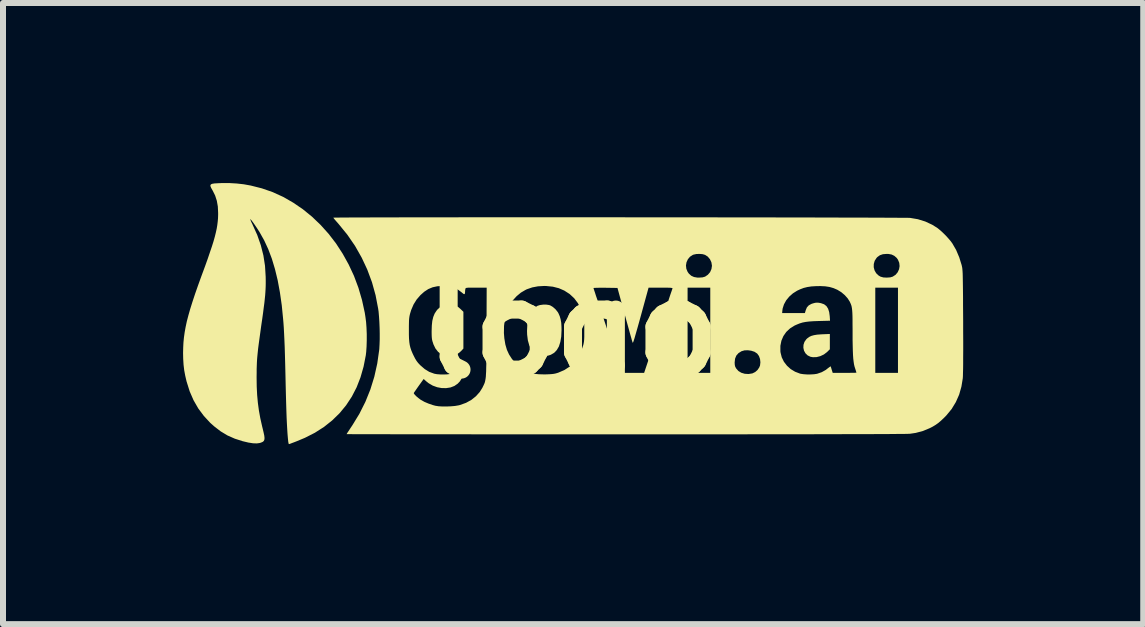
<source format=kicad_pcb>
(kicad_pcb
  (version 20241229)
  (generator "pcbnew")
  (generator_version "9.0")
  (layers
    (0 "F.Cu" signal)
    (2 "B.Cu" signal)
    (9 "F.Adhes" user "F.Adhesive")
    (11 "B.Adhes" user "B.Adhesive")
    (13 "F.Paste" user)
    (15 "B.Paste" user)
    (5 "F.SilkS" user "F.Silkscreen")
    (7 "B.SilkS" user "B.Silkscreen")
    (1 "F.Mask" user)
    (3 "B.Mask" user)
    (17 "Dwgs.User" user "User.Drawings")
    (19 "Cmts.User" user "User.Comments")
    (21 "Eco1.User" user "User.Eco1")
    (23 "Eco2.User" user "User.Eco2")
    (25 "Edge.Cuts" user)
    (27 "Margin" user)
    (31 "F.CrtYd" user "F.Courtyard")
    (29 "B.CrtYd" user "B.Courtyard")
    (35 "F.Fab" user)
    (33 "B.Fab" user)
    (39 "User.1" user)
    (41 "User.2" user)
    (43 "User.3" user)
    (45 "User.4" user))
  (footprint "logo"
    (layer "F.Cu")
    (at 6.496 2.429)
    (property "Reference" "logo" (at 0 0 0) (layer "F.SilkS") (effects (font (size 1.5 1.5) (thickness 0.3))))
    (attr board_only exclude_from_pos_files exclude_from_bom)
    (fp_poly (pts (xy 4.279 0.213) (xy 4.279 0.34) (xy 4.23 0.388) (xy 4.18 0.426) (xy 4.121 0.454) (xy 4.059 0.47) (xy 3.998 0.472) (xy 3.957 0.465) (xy 3.909 0.442) (xy 3.873 0.407) (xy 3.849 0.364) (xy 3.838 0.316) (xy 3.84 0.266) (xy 3.856 0.217) (xy 3.887 0.173) (xy 3.904 0.157) (xy 3.935 0.134) (xy 3.971 0.117) (xy 4.014 0.105) (xy 4.068 0.096) (xy 4.136 0.091) (xy 4.157 0.09) (xy 4.279 0.085)) (stroke (width 0) (type solid)) (fill yes) (layer "F.SilkS"))
    (fp_poly (pts (xy -2.011 -0.402) (xy -1.958 -0.388) (xy -1.911 -0.363) (xy -1.875 -0.332) (xy -1.826 -0.285) (xy -1.826 0.021) (xy -1.826 0.328) (xy -1.863 0.368) (xy -1.893 0.395) (xy -1.928 0.419) (xy -1.946 0.428) (xy -1.995 0.443) (xy -2.051 0.452) (xy -2.104 0.452) (xy -2.133 0.447) (xy -2.195 0.422) (xy -2.248 0.382) (xy -2.292 0.326) (xy -2.326 0.255) (xy -2.33 0.241) (xy -2.341 0.208) (xy -2.348 0.179) (xy -2.352 0.149) (xy -2.354 0.114) (xy -2.355 0.067) (xy -2.355 0.037) (xy -2.352 -0.056) (xy -2.344 -0.133) (xy -2.328 -0.199) (xy -2.305 -0.255) (xy -2.273 -0.304) (xy -2.254 -0.327) (xy -2.205 -0.369) (xy -2.148 -0.395) (xy -2.082 -0.405) (xy -2.076 -0.405)) (stroke (width 0) (type solid)) (fill yes) (layer "F.SilkS"))
    (fp_poly (pts (xy -0.444 -0.404) (xy -0.397 -0.397) (xy -0.377 -0.39) (xy -0.333 -0.363) (xy -0.29 -0.325) (xy -0.255 -0.281) (xy -0.243 -0.261) (xy -0.221 -0.211) (xy -0.206 -0.159) (xy -0.196 -0.102) (xy -0.192 -0.034) (xy -0.191 0.023) (xy -0.196 0.128) (xy -0.211 0.218) (xy -0.235 0.293) (xy -0.27 0.353) (xy -0.314 0.399) (xy -0.369 0.431) (xy -0.408 0.444) (xy -0.464 0.454) (xy -0.513 0.453) (xy -0.54 0.448) (xy -0.586 0.433) (xy -0.623 0.413) (xy -0.65 0.391) (xy -0.695 0.34) (xy -0.729 0.273) (xy -0.752 0.192) (xy -0.764 0.097) (xy -0.766 0.036) (xy -0.761 -0.071) (xy -0.747 -0.162) (xy -0.723 -0.239) (xy -0.689 -0.301) (xy -0.646 -0.349) (xy -0.592 -0.384) (xy -0.55 -0.397) (xy -0.498 -0.404)) (stroke (width 0) (type solid)) (fill yes) (layer "F.SilkS"))
    (fp_poly (pts (xy -5.603 -2.422) (xy -5.486 -2.409) (xy -5.369 -2.388) (xy -5.183 -2.341) (xy -5.002 -2.278) (xy -4.827 -2.198) (xy -4.66 -2.102) (xy -4.499 -1.992) (xy -4.348 -1.869) (xy -4.205 -1.732) (xy -4.071 -1.583) (xy -3.948 -1.423) (xy -3.837 -1.252) (xy -3.737 -1.072) (xy -3.649 -0.883) (xy -3.575 -0.685) (xy -3.515 -0.48) (xy -3.469 -0.269) (xy -3.458 -0.198) (xy -3.447 -0.113) (xy -3.44 -0.016) (xy -3.436 0.088) (xy -3.436 0.192) (xy -3.439 0.292) (xy -3.445 0.382) (xy -3.452 0.441) (xy -3.489 0.629) (xy -3.54 0.807) (xy -3.605 0.974) (xy -3.685 1.129) (xy -3.78 1.273) (xy -3.889 1.405) (xy -4.012 1.525) (xy -4.149 1.634) (xy -4.301 1.731) (xy -4.466 1.815) (xy -4.598 1.87) (xy -4.641 1.887) (xy -4.679 1.901) (xy -4.707 1.912) (xy -4.723 1.918) (xy -4.724 1.918) (xy -4.733 1.919) (xy -4.739 1.908) (xy -4.743 1.883) (xy -4.744 1.88) (xy -4.75 1.819) (xy -4.756 1.749) (xy -4.761 1.67) (xy -4.766 1.581) (xy -4.771 1.479) (xy -4.775 1.364) (xy -4.779 1.234) (xy -4.783 1.088) (xy -4.787 0.925) (xy -4.787 0.922) (xy -4.791 0.743) (xy -4.795 0.58) (xy -4.799 0.434) (xy -4.803 0.302) (xy -4.808 0.184) (xy -4.813 0.077) (xy -4.818 -0.018) (xy -4.824 -0.103) (xy -4.829 -0.161) (xy -4.852 -0.394) (xy -4.883 -0.61) (xy -4.92 -0.81) (xy -4.965 -0.996) (xy -5.017 -1.169) (xy -5.077 -1.328) (xy -5.145 -1.475) (xy -5.222 -1.612) (xy -5.265 -1.679) (xy -5.306 -1.739) (xy -5.338 -1.784) (xy -5.36 -1.813) (xy -5.373 -1.827) (xy -5.377 -1.826) (xy -5.372 -1.811) (xy -5.359 -1.78) (xy -5.337 -1.735) (xy -5.337 -1.734) (xy -5.26 -1.563) (xy -5.201 -1.394) (xy -5.158 -1.224) (xy -5.131 -1.05) (xy -5.12 -0.869) (xy -5.119 -0.808) (xy -5.119 -0.755) (xy -5.12 -0.705) (xy -5.122 -0.657) (xy -5.125 -0.607) (xy -5.129 -0.554) (xy -5.135 -0.496) (xy -5.142 -0.431) (xy -5.152 -0.356) (xy -5.163 -0.269) (xy -5.177 -0.168) (xy -5.193 -0.06) (xy -5.209 0.057) (xy -5.223 0.158) (xy -5.235 0.246) (xy -5.245 0.322) (xy -5.252 0.389) (xy -5.258 0.449) (xy -5.263 0.505) (xy -5.266 0.558) (xy -5.268 0.612) (xy -5.27 0.668) (xy -5.27 0.728) (xy -5.271 0.796) (xy -5.271 0.812) (xy -5.269 0.963) (xy -5.262 1.102) (xy -5.25 1.232) (xy -5.233 1.358) (xy -5.21 1.486) (xy -5.18 1.62) (xy -5.17 1.66) (xy -5.154 1.728) (xy -5.143 1.78) (xy -5.139 1.819) (xy -5.142 1.847) (xy -5.152 1.868) (xy -5.17 1.883) (xy -5.196 1.894) (xy -5.217 1.901) (xy -5.267 1.908) (xy -5.33 1.906) (xy -5.408 1.894) (xy -5.5 1.872) (xy -5.501 1.872) (xy -5.635 1.829) (xy -5.757 1.775) (xy -5.87 1.707) (xy -5.979 1.623) (xy -6.045 1.564) (xy -6.151 1.449) (xy -6.244 1.324) (xy -6.322 1.188) (xy -6.386 1.041) (xy -6.436 0.881) (xy -6.437 0.879) (xy -6.46 0.781) (xy -6.477 0.69) (xy -6.488 0.597) (xy -6.494 0.499) (xy -6.496 0.401) (xy -6.494 0.315) (xy -6.49 0.23) (xy -6.482 0.146) (xy -6.47 0.06) (xy -6.454 -0.029) (xy -6.434 -0.123) (xy -6.408 -0.223) (xy -6.377 -0.332) (xy -6.34 -0.45) (xy -6.297 -0.58) (xy -6.247 -0.723) (xy -6.19 -0.881) (xy -6.181 -0.905) (xy -6.13 -1.043) (xy -6.086 -1.166) (xy -6.049 -1.275) (xy -6.016 -1.372) (xy -5.989 -1.458) (xy -5.967 -1.536) (xy -5.95 -1.605) (xy -5.936 -1.669) (xy -5.926 -1.729) (xy -5.919 -1.786) (xy -5.914 -1.841) (xy -5.912 -1.898) (xy -5.912 -1.932) (xy -5.917 -2.039) (xy -5.934 -2.135) (xy -5.962 -2.222) (xy -6.004 -2.306) (xy -6.009 -2.314) (xy -6.028 -2.348) (xy -6.039 -2.374) (xy -6.041 -2.394) (xy -6.031 -2.408) (xy -6.01 -2.417) (xy -5.974 -2.423) (xy -5.922 -2.426) (xy -5.854 -2.429) (xy -5.852 -2.429) (xy -5.722 -2.429)) (stroke (width 0) (type solid)) (fill yes) (layer "F.SilkS"))
    (fp_poly (pts (xy -0.201 -1.859) (xy 0.052 -1.859) (xy 0.308 -1.859) (xy 0.565 -1.859) (xy 0.823 -1.859) (xy 1.081 -1.858) (xy 1.338 -1.858) (xy 1.594 -1.858) (xy 1.847 -1.858) (xy 2.098 -1.858) (xy 2.346 -1.858) (xy 2.59 -1.857) (xy 2.829 -1.857) (xy 3.062 -1.857) (xy 3.29 -1.857) (xy 3.511 -1.856) (xy 3.725 -1.856) (xy 3.931 -1.856) (xy 4.128 -1.855) (xy 4.316 -1.855) (xy 4.494 -1.854) (xy 4.662 -1.854) (xy 4.818 -1.854) (xy 4.962 -1.853) (xy 5.094 -1.853) (xy 5.213 -1.852) (xy 5.317 -1.852) (xy 5.407 -1.851) (xy 5.482 -1.851) (xy 5.541 -1.85) (xy 5.584 -1.85) (xy 5.609 -1.849) (xy 5.616 -1.849) (xy 5.745 -1.827) (xy 5.868 -1.789) (xy 5.984 -1.735) (xy 6.072 -1.68) (xy 6.111 -1.648) (xy 6.157 -1.607) (xy 6.205 -1.56) (xy 6.25 -1.511) (xy 6.29 -1.464) (xy 6.319 -1.425) (xy 6.319 -1.425) (xy 6.383 -1.314) (xy 6.435 -1.191) (xy 6.475 -1.062) (xy 6.481 -1.034) (xy 6.484 -1.02) (xy 6.486 -1.004) (xy 6.488 -0.982) (xy 6.49 -0.956) (xy 6.492 -0.922) (xy 6.493 -0.88) (xy 6.494 -0.829) (xy 6.495 -0.768) (xy 6.496 -0.696) (xy 6.497 -0.61) (xy 6.498 -0.511) (xy 6.498 -0.397) (xy 6.499 -0.267) (xy 6.5 -0.125) (xy 6.5 0.05) (xy 6.501 0.207) (xy 6.501 0.348) (xy 6.5 0.471) (xy 6.5 0.576) (xy 6.499 0.663) (xy 6.497 0.733) (xy 6.496 0.785) (xy 6.494 0.818) (xy 6.494 0.821) (xy 6.471 0.962) (xy 6.433 1.096) (xy 6.378 1.22) (xy 6.308 1.335) (xy 6.221 1.441) (xy 6.181 1.482) (xy 6.129 1.531) (xy 6.084 1.569) (xy 6.04 1.6) (xy 5.992 1.629) (xy 5.941 1.655) (xy 5.83 1.701) (xy 5.71 1.733) (xy 5.616 1.747) (xy 5.599 1.748) (xy 5.566 1.749) (xy 5.516 1.75) (xy 5.449 1.75) (xy 5.365 1.751) (xy 5.264 1.752) (xy 5.146 1.752) (xy 5.011 1.753) (xy 4.858 1.753) (xy 4.688 1.754) (xy 4.501 1.754) (xy 4.296 1.755) (xy 4.074 1.755) (xy 3.834 1.756) (xy 3.576 1.756) (xy 3.3 1.756) (xy 3.007 1.756) (xy 2.695 1.757) (xy 2.366 1.757) (xy 2.018 1.757) (xy 1.652 1.757) (xy 1.268 1.757) (xy 0.875 1.757) (xy 0.583 1.757) (xy 0.296 1.757) (xy 0.014 1.757) (xy -0.262 1.757) (xy -0.532 1.757) (xy -0.795 1.757) (xy -1.051 1.757) (xy -1.299 1.757) (xy -1.538 1.757) (xy -1.768 1.756) (xy -1.989 1.756) (xy -2.199 1.756) (xy -2.399 1.756) (xy -2.588 1.756) (xy -2.764 1.756) (xy -2.929 1.756) (xy -3.08 1.755) (xy -3.218 1.755) (xy -3.342 1.755) (xy -3.452 1.755) (xy -3.546 1.755) (xy -3.625 1.755) (xy -3.687 1.754) (xy -3.733 1.754) (xy -3.762 1.754) (xy -3.772 1.754) (xy -3.772 1.754) (xy -3.767 1.745) (xy -3.754 1.724) (xy -3.733 1.693) (xy -3.707 1.653) (xy -3.677 1.608) (xy -3.675 1.605) (xy -3.559 1.415) (xy -3.459 1.216) (xy -3.376 1.01) (xy -3.31 0.797) (xy -3.261 0.577) (xy -3.229 0.353) (xy -3.227 0.334) (xy -3.223 0.26) (xy -3.22 0.174) (xy -3.22 0.079) (xy -3.221 0.014) (xy -2.734 0.014) (xy -2.734 0.096) (xy -2.732 0.163) (xy -2.727 0.22) (xy -2.72 0.268) (xy -2.709 0.313) (xy -2.694 0.358) (xy -2.674 0.406) (xy -2.655 0.446) (xy -2.63 0.495) (xy -2.606 0.534) (xy -2.58 0.568) (xy -2.547 0.603) (xy -2.543 0.607) (xy -2.47 0.67) (xy -2.395 0.716) (xy -2.313 0.746) (xy -2.31 0.747) (xy -2.266 0.755) (xy -2.212 0.759) (xy -2.153 0.76) (xy -2.098 0.758) (xy -2.053 0.752) (xy -2.049 0.751) (xy -1.989 0.731) (xy -1.928 0.7) (xy -1.874 0.663) (xy -1.865 0.655) (xy -1.823 0.618) (xy -1.828 0.697) (xy -1.837 0.768) (xy -1.855 0.826) (xy -1.884 0.874) (xy -1.921 0.913) (xy -1.976 0.951) (xy -2.041 0.976) (xy -2.113 0.987) (xy -2.188 0.986) (xy -2.263 0.972) (xy -2.337 0.945) (xy -2.404 0.906) (xy -2.442 0.876) (xy -2.488 0.835) (xy -2.568 0.946) (xy -2.596 0.986) (xy -2.621 1.022) (xy -2.64 1.049) (xy -2.651 1.066) (xy -2.653 1.069) (xy -2.648 1.082) (xy -2.632 1.101) (xy -2.607 1.126) (xy -2.576 1.152) (xy -2.543 1.177) (xy -2.53 1.185) (xy -2.475 1.216) (xy -2.409 1.244) (xy -2.34 1.268) (xy -2.292 1.281) (xy -2.24 1.289) (xy -2.176 1.293) (xy -2.105 1.293) (xy -2.033 1.29) (xy -1.965 1.284) (xy -1.906 1.274) (xy -1.882 1.268) (xy -1.782 1.232) (xy -1.693 1.183) (xy -1.617 1.122) (xy -1.554 1.052) (xy -1.51 0.982) (xy -1.499 0.959) (xy -1.489 0.939) (xy -1.48 0.919) (xy -1.472 0.9) (xy -1.466 0.88) (xy -1.461 0.856) (xy -1.456 0.828) (xy -1.452 0.795) (xy -1.45 0.756) (xy -1.447 0.708) (xy -1.446 0.651) (xy -1.444 0.583) (xy -1.443 0.503) (xy -1.443 0.409) (xy -1.442 0.301) (xy -1.442 0.177) (xy -1.441 0.07) (xy -1.151 0.07) (xy -1.144 0.157) (xy -1.127 0.26) (xy -1.101 0.349) (xy -1.065 0.427) (xy -1.018 0.5) (xy -0.958 0.569) (xy -0.95 0.577) (xy -0.909 0.617) (xy -0.875 0.646) (xy -0.84 0.67) (xy -0.801 0.691) (xy -0.793 0.695) (xy -0.737 0.72) (xy -0.683 0.738) (xy -0.629 0.75) (xy -0.569 0.756) (xy -0.497 0.758) (xy -0.452 0.758) (xy -0.396 0.756) (xy -0.353 0.753) (xy -0.32 0.749) (xy -0.29 0.743) (xy -0.259 0.734) (xy -0.244 0.729) (xy -0.144 0.686) (xy -0.056 0.629) (xy 0.02 0.557) (xy 0.084 0.473) (xy 0.135 0.376) (xy 0.172 0.267) (xy 0.178 0.24) (xy 0.183 0.211) (xy 0.186 0.177) (xy 0.188 0.133) (xy 0.188 0.077) (xy 0.188 0.023) (xy 0.188 -0.042) (xy 0.187 -0.093) (xy 0.185 -0.132) (xy 0.182 -0.164) (xy 0.177 -0.192) (xy 0.17 -0.22) (xy 0.168 -0.23) (xy 0.131 -0.335) (xy 0.081 -0.429) (xy 0.02 -0.51) (xy -0.052 -0.577) (xy -0.058 -0.582) (xy -0.145 -0.638) (xy -0.237 -0.678) (xy -0.246 -0.68) (xy 0.341 -0.68) (xy 0.344 -0.671) (xy 0.352 -0.645) (xy 0.366 -0.604) (xy 0.383 -0.55) (xy 0.406 -0.484) (xy 0.431 -0.407) (xy 0.46 -0.32) (xy 0.492 -0.225) (xy 0.526 -0.123) (xy 0.562 -0.015) (xy 0.578 0.03) (xy 0.814 0.733) (xy 1 0.733) (xy 1.185 0.733) (xy 1.419 0.034) (xy 1.423 0.023) (xy 1.909 0.023) (xy 1.909 0.733) (xy 2.098 0.733) (xy 2.287 0.733) (xy 2.287 0.56) (xy 2.693 0.56) (xy 2.695 0.598) (xy 2.701 0.626) (xy 2.715 0.654) (xy 2.72 0.661) (xy 2.756 0.702) (xy 2.804 0.731) (xy 2.861 0.748) (xy 2.924 0.752) (xy 2.988 0.742) (xy 2.992 0.74) (xy 3.035 0.719) (xy 3.074 0.685) (xy 3.103 0.642) (xy 3.116 0.609) (xy 3.122 0.556) (xy 3.116 0.502) (xy 3.098 0.452) (xy 3.07 0.413) (xy 3.065 0.409) (xy 3.023 0.381) (xy 2.994 0.372) (xy 3.455 0.372) (xy 3.458 0.396) (xy 3.478 0.475) (xy 3.514 0.548) (xy 3.565 0.614) (xy 3.627 0.67) (xy 3.7 0.714) (xy 3.781 0.745) (xy 3.793 0.748) (xy 3.839 0.755) (xy 3.896 0.759) (xy 3.957 0.759) (xy 4.015 0.756) (xy 4.062 0.749) (xy 4.07 0.747) (xy 4.145 0.721) (xy 4.211 0.684) (xy 4.245 0.657) (xy 4.269 0.639) (xy 4.286 0.627) (xy 4.292 0.624) (xy 4.296 0.634) (xy 4.303 0.656) (xy 4.31 0.68) (xy 4.327 0.733) (xy 4.524 0.733) (xy 4.582 0.733) (xy 4.634 0.732) (xy 4.676 0.732) (xy 4.706 0.731) (xy 4.721 0.729) (xy 4.722 0.729) (xy 4.719 0.719) (xy 4.712 0.695) (xy 4.702 0.664) (xy 4.699 0.655) (xy 4.689 0.623) (xy 4.681 0.587) (xy 4.675 0.545) (xy 4.669 0.495) (xy 4.665 0.437) (xy 4.662 0.367) (xy 4.66 0.285) (xy 4.658 0.188) (xy 4.658 0.076) (xy 4.658 0.023) (xy 5.036 0.023) (xy 5.036 0.733) (xy 5.225 0.733) (xy 5.414 0.733) (xy 5.414 0.023) (xy 5.414 -0.687) (xy 5.225 -0.687) (xy 5.036 -0.687) (xy 5.036 0.023) (xy 4.658 0.023) (xy 4.657 -0.072) (xy 4.657 -0.15) (xy 4.656 -0.215) (xy 4.654 -0.267) (xy 4.651 -0.309) (xy 4.647 -0.343) (xy 4.642 -0.372) (xy 4.635 -0.397) (xy 4.626 -0.42) (xy 4.615 -0.444) (xy 4.611 -0.453) (xy 4.576 -0.508) (xy 4.528 -0.562) (xy 4.47 -0.611) (xy 4.408 -0.649) (xy 4.405 -0.651) (xy 4.34 -0.679) (xy 4.274 -0.698) (xy 4.203 -0.709) (xy 4.122 -0.713) (xy 4.049 -0.712) (xy 3.97 -0.707) (xy 3.904 -0.697) (xy 3.843 -0.682) (xy 3.783 -0.659) (xy 3.734 -0.636) (xy 3.664 -0.592) (xy 3.603 -0.538) (xy 3.552 -0.476) (xy 3.515 -0.409) (xy 3.493 -0.341) (xy 3.489 -0.315) (xy 3.484 -0.263) (xy 3.673 -0.263) (xy 3.863 -0.263) (xy 3.878 -0.313) (xy 3.897 -0.358) (xy 3.928 -0.392) (xy 3.972 -0.416) (xy 3.996 -0.424) (xy 4.033 -0.434) (xy 4.063 -0.437) (xy 4.095 -0.435) (xy 4.132 -0.428) (xy 4.183 -0.41) (xy 4.222 -0.38) (xy 4.25 -0.336) (xy 4.268 -0.279) (xy 4.277 -0.211) (xy 4.282 -0.136) (xy 4.094 -0.131) (xy 4.008 -0.128) (xy 3.937 -0.123) (xy 3.877 -0.116) (xy 3.825 -0.106) (xy 3.776 -0.091) (xy 3.729 -0.072) (xy 3.691 -0.055) (xy 3.616 -0.008) (xy 3.553 0.051) (xy 3.505 0.12) (xy 3.472 0.197) (xy 3.455 0.282) (xy 3.455 0.372) (xy 2.994 0.372) (xy 2.97 0.364) (xy 2.913 0.356) (xy 2.857 0.358) (xy 2.808 0.372) (xy 2.757 0.404) (xy 2.721 0.445) (xy 2.7 0.496) (xy 2.693 0.559) (xy 2.693 0.56) (xy 2.287 0.56) (xy 2.287 0.023) (xy 2.287 -0.687) (xy 2.098 -0.687) (xy 1.909 -0.687) (xy 1.909 0.023) (xy 1.423 0.023) (xy 1.456 -0.075) (xy 1.491 -0.179) (xy 1.524 -0.277) (xy 1.554 -0.367) (xy 1.582 -0.448) (xy 1.605 -0.519) (xy 1.625 -0.579) (xy 1.641 -0.625) (xy 1.652 -0.657) (xy 1.657 -0.674) (xy 1.658 -0.676) (xy 1.655 -0.68) (xy 1.644 -0.682) (xy 1.621 -0.685) (xy 1.585 -0.686) (xy 1.535 -0.687) (xy 1.468 -0.687) (xy 1.46 -0.687) (xy 1.259 -0.687) (xy 1.13 -0.217) (xy 1.101 -0.112) (xy 1.076 -0.023) (xy 1.055 0.05) (xy 1.038 0.109) (xy 1.025 0.155) (xy 1.014 0.189) (xy 1.006 0.213) (xy 1 0.226) (xy 0.995 0.231) (xy 0.993 0.229) (xy 0.993 0.229) (xy 0.989 0.215) (xy 0.98 0.186) (xy 0.968 0.142) (xy 0.952 0.086) (xy 0.934 0.02) (xy 0.913 -0.056) (xy 0.89 -0.138) (xy 0.866 -0.225) (xy 0.862 -0.239) (xy 0.741 -0.682) (xy 0.541 -0.685) (xy 0.482 -0.685) (xy 0.431 -0.685) (xy 0.388 -0.684) (xy 0.358 -0.683) (xy 0.343 -0.681) (xy 0.341 -0.68) (xy -0.246 -0.68) (xy -0.336 -0.703) (xy -0.445 -0.714) (xy -0.48 -0.715) (xy -0.584 -0.709) (xy -0.679 -0.691) (xy -0.769 -0.66) (xy -0.793 -0.648) (xy -0.868 -0.604) (xy -0.939 -0.545) (xy -1.003 -0.475) (xy -1.054 -0.399) (xy -1.068 -0.374) (xy -1.107 -0.275) (xy -1.134 -0.166) (xy -1.149 -0.05) (xy -1.151 0.07) (xy -1.441 0.07) (xy -1.441 0.058) (xy -1.438 -0.687) (xy -1.612 -0.687) (xy -1.673 -0.687) (xy -1.718 -0.687) (xy -1.749 -0.686) (xy -1.77 -0.684) (xy -1.782 -0.681) (xy -1.789 -0.676) (xy -1.792 -0.67) (xy -1.793 -0.666) (xy -1.797 -0.64) (xy -1.798 -0.621) (xy -1.8 -0.592) (xy -1.807 -0.579) (xy -1.82 -0.58) (xy -1.842 -0.597) (xy -1.855 -0.608) (xy -1.916 -0.654) (xy -1.983 -0.687) (xy -2.059 -0.706) (xy -2.146 -0.714) (xy -2.168 -0.715) (xy -2.259 -0.71) (xy -2.339 -0.693) (xy -2.411 -0.663) (xy -2.478 -0.619) (xy -2.541 -0.563) (xy -2.605 -0.489) (xy -2.656 -0.407) (xy -2.696 -0.314) (xy -2.713 -0.258) (xy -2.72 -0.231) (xy -2.725 -0.205) (xy -2.729 -0.177) (xy -2.732 -0.143) (xy -2.733 -0.1) (xy -2.734 -0.045) (xy -2.734 0.014) (xy -3.221 0.014) (xy -3.222 -0.019) (xy -3.226 -0.117) (xy -3.232 -0.208) (xy -3.239 -0.289) (xy -3.246 -0.337) (xy -3.289 -0.561) (xy -3.349 -0.777) (xy -3.427 -0.987) (xy -3.459 -1.056) (xy 1.882 -1.056) (xy 1.888 -1.002) (xy 1.909 -0.951) (xy 1.93 -0.921) (xy 1.97 -0.885) (xy 2.016 -0.864) (xy 2.074 -0.854) (xy 2.098 -0.854) (xy 2.158 -0.858) (xy 2.2 -0.87) (xy 2.247 -0.902) (xy 2.284 -0.945) (xy 2.307 -0.998) (xy 2.311 -1.027) (xy 5.01 -1.027) (xy 5.024 -0.974) (xy 5.051 -0.927) (xy 5.091 -0.889) (xy 5.123 -0.87) (xy 5.17 -0.857) (xy 5.225 -0.854) (xy 5.285 -0.858) (xy 5.326 -0.87) (xy 5.374 -0.901) (xy 5.409 -0.943) (xy 5.432 -0.993) (xy 5.441 -1.046) (xy 5.435 -1.101) (xy 5.414 -1.152) (xy 5.393 -1.182) (xy 5.353 -1.217) (xy 5.307 -1.239) (xy 5.25 -1.249) (xy 5.225 -1.249) (xy 5.163 -1.244) (xy 5.113 -1.227) (xy 5.071 -1.197) (xy 5.057 -1.182) (xy 5.026 -1.134) (xy 5.011 -1.081) (xy 5.01 -1.027) (xy 2.311 -1.027) (xy 2.315 -1.051) (xy 2.306 -1.108) (xy 2.282 -1.16) (xy 2.245 -1.204) (xy 2.2 -1.233) (xy 2.158 -1.245) (xy 2.107 -1.249) (xy 2.055 -1.247) (xy 2.009 -1.237) (xy 1.997 -1.233) (xy 1.949 -1.202) (xy 1.914 -1.16) (xy 1.891 -1.11) (xy 1.882 -1.056) (xy -3.459 -1.056) (xy -3.521 -1.188) (xy -3.631 -1.382) (xy -3.758 -1.567) (xy -3.902 -1.744) (xy -3.914 -1.758) (xy -3.944 -1.792) (xy -3.969 -1.821) (xy -3.986 -1.842) (xy -3.993 -1.852) (xy -3.994 -1.853) (xy -3.984 -1.853) (xy -3.958 -1.854) (xy -3.913 -1.854) (xy -3.853 -1.855) (xy -3.777 -1.855) (xy -3.685 -1.856) (xy -3.579 -1.856) (xy -3.46 -1.856) (xy -3.327 -1.857) (xy -3.181 -1.857) (xy -3.024 -1.857) (xy -2.855 -1.858) (xy -2.676 -1.858) (xy -2.488 -1.858) (xy -2.29 -1.858) (xy -2.083 -1.858) (xy -1.868 -1.859) (xy -1.647 -1.859) (xy -1.418 -1.859) (xy -1.184 -1.859) (xy -0.945 -1.859) (xy -0.701 -1.859) (xy -0.453 -1.859)) (stroke (width 0) (type solid)) (fill yes) (layer "F.SilkS")))
  (gr_rect
    (start -3 -3)
    (end 15.996 7.348)
    (stroke (width 0.1) (type default))
    (fill no)
    (layer "Edge.Cuts")))
</source>
